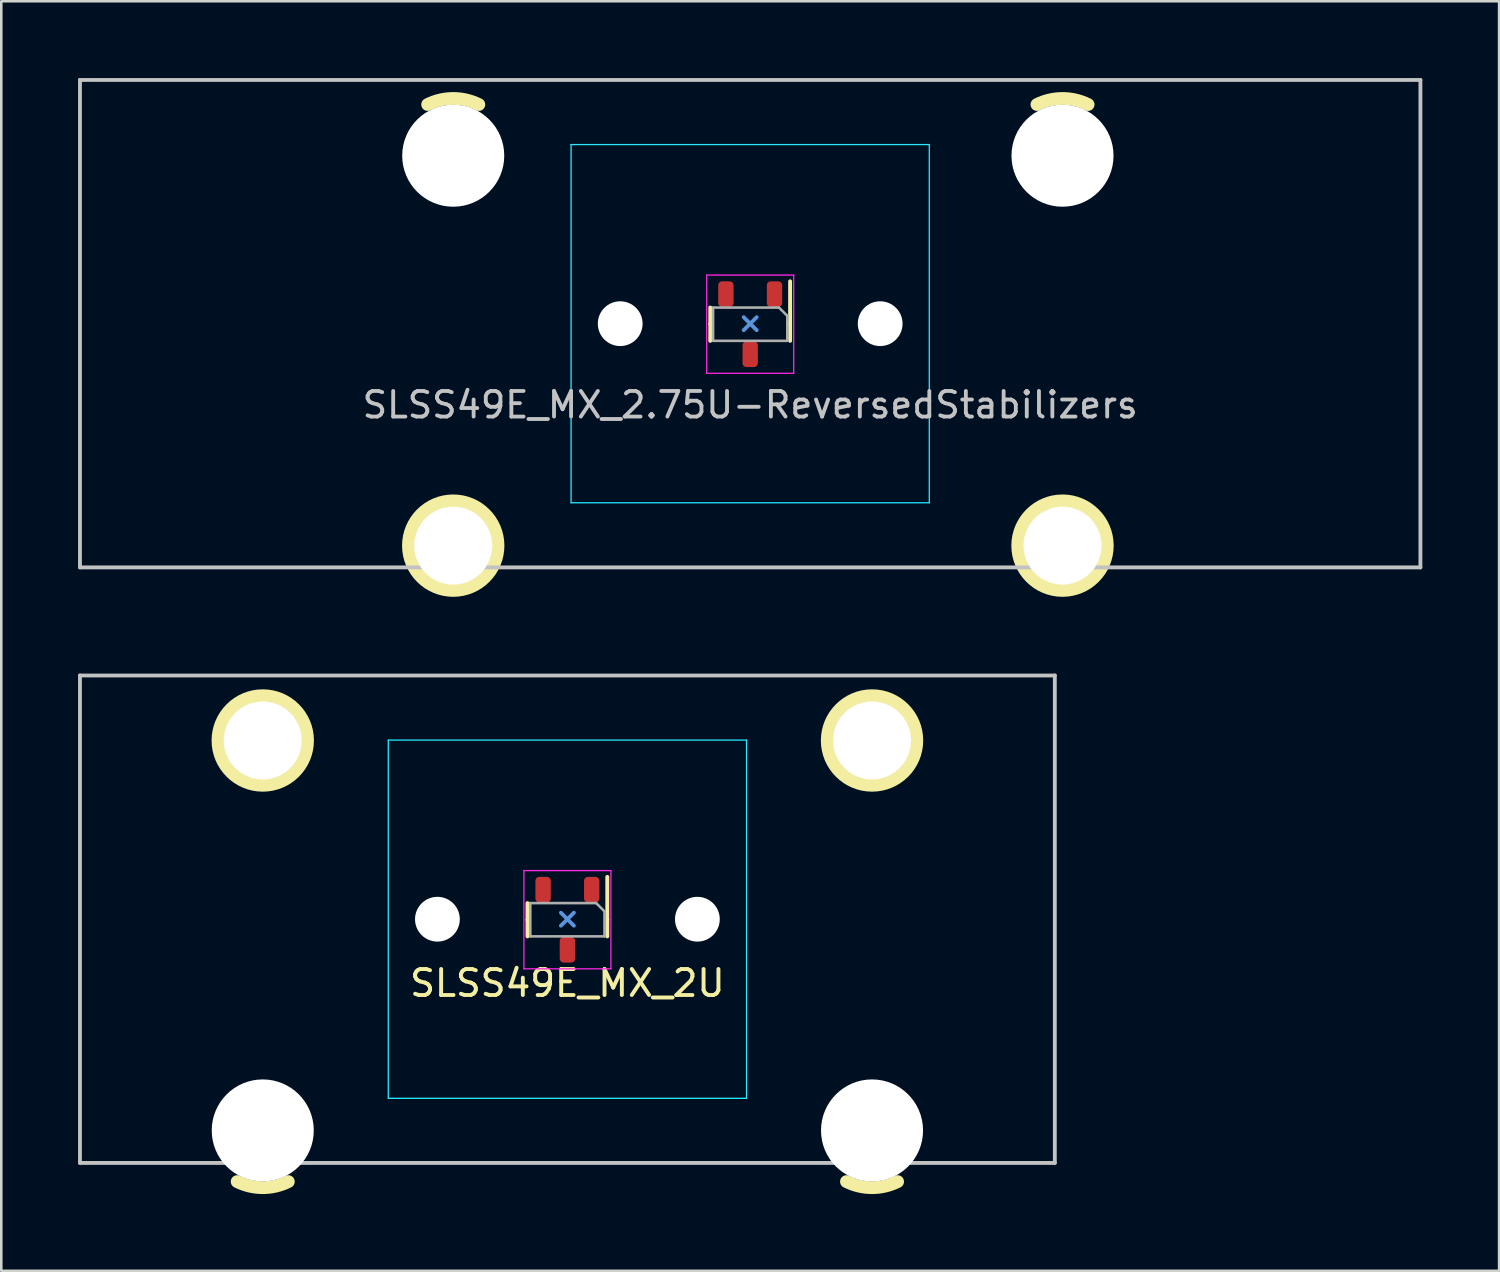
<source format=kicad_pcb>
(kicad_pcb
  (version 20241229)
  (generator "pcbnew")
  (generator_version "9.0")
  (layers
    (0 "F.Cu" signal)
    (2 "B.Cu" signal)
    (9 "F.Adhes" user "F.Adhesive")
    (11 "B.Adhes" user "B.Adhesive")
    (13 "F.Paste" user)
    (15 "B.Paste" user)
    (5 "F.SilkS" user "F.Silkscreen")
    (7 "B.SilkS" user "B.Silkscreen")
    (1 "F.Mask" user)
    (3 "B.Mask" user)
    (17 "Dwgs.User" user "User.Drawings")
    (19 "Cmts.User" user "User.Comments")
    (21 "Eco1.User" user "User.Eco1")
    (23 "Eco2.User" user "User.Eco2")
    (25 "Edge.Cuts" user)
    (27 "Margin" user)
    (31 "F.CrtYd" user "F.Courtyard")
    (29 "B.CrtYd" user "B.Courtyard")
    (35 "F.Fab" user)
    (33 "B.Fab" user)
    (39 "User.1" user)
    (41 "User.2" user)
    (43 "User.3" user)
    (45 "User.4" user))
  (footprint "SLSS49E_MX_2U"
    (layer "F.Cu")
    (at 19.125 32.875)
    (property "Reference" "SLSS49E_MX_2U" (at 0 2.5 0) (unlocked yes) (layer "F.SilkS") (effects (font (size 1.016 1.016) (thickness 0.153))))
    (attr smd)
    (fp_line (start -1.56 0.02) (end -1.56 -0.63) (stroke (width 0.153) (type solid)) (layer "F.SilkS"))
    (fp_line (start -1.56 0.02) (end -1.56 0.67) (stroke (width 0.153) (type solid)) (layer "F.SilkS"))
    (fp_line (start 1.56 0.02) (end 1.56 -1.655) (stroke (width 0.153) (type solid)) (layer "F.SilkS"))
    (fp_line (start 1.56 0.02) (end 1.56 0.67) (stroke (width 0.153) (type solid)) (layer "F.SilkS"))
    (fp_arc (start -10.907301 10.255525) (mid -11.906837 10.491068) (end -12.90625 10.255) (stroke (width 0.5) (type solid)) (layer "F.SilkS"))
    (fp_arc (start 12.905199 10.255525) (mid 11.905663 10.491068) (end 10.90625 10.255) (stroke (width 0.5) (type solid)) (layer "F.SilkS"))
    (fp_circle (center -11.906 -6.985) (end -13.656 -6.985) (stroke (width 0.5) (type solid)) (fill no) (layer "F.SilkS"))
    (fp_circle (center 11.906 -6.985) (end 10.156 -6.985) (stroke (width 0.5) (type solid)) (fill no) (layer "F.SilkS"))
    (fp_line (start -19.05 -9.525) (end 19.05 -9.525) (stroke (width 0.15) (type solid)) (layer "Dwgs.User"))
    (fp_line (start -19.05 9.525) (end -19.05 -9.525) (stroke (width 0.15) (type solid)) (layer "Dwgs.User"))
    (fp_line (start -19.05 9.525) (end 19.05 9.525) (stroke (width 0.15) (type solid)) (layer "Dwgs.User"))
    (fp_line (start 19.05 -9.525) (end 19.05 9.525) (stroke (width 0.15) (type solid)) (layer "Dwgs.User"))
    (fp_line (start -0.254 -0.254) (end 0.254 0.254) (stroke (width 0.15) (type default)) (layer "Cmts.User"))
    (fp_line (start -0.254 0.254) (end 0.254 -0.254) (stroke (width 0.15) (type default)) (layer "Cmts.User"))
    (fp_line (start -7 6.5) (end -7 -6.5) (stroke (width 0.15) (type solid)) (layer "Eco2.User"))
    (fp_line (start -6.5 -7) (end 6.5 -7) (stroke (width 0.15) (type solid)) (layer "Eco2.User"))
    (fp_line (start 6.5 7) (end -6.5 7) (stroke (width 0.15) (type solid)) (layer "Eco2.User"))
    (fp_line (start 7 -6.5) (end 7 6.5) (stroke (width 0.15) (type solid)) (layer "Eco2.User"))
    (fp_arc (start -7 -6.5) (mid -6.853553 -6.853553) (end -6.5 -7) (stroke (width 0.15) (type solid)) (layer "Eco2.User"))
    (fp_arc (start -6.5 7) (mid -6.853553 6.853553) (end -7 6.5) (stroke (width 0.15) (type solid)) (layer "Eco2.User"))
    (fp_arc (start 6.5 -7) (mid 6.853553 -6.853553) (end 7 -6.5) (stroke (width 0.15) (type solid)) (layer "Eco2.User"))
    (fp_arc (start 6.997236 6.498884) (mid 6.850791 6.852425) (end 6.497236 6.998884) (stroke (width 0.15) (type solid)) (layer "Eco2.User"))
    (fp_line (start -7 -7) (end 7 -7) (stroke (width 0.05) (type solid)) (layer "B.CrtYd"))
    (fp_line (start -7 7) (end -7 -7) (stroke (width 0.05) (type solid)) (layer "B.CrtYd"))
    (fp_line (start 7 -7) (end 7 7) (stroke (width 0.05) (type solid)) (layer "B.CrtYd"))
    (fp_line (start 7 7) (end -7 7) (stroke (width 0.05) (type solid)) (layer "B.CrtYd"))
    (fp_line (start -1.7 -1.9) (end -1.7 1.94) (stroke (width 0.05) (type solid)) (layer "F.CrtYd"))
    (fp_line (start -1.7 1.94) (end 1.7 1.94) (stroke (width 0.05) (type solid)) (layer "F.CrtYd"))
    (fp_line (start 1.7 -1.9) (end -1.7 -1.9) (stroke (width 0.05) (type solid)) (layer "F.CrtYd"))
    (fp_line (start 1.7 1.94) (end 1.7 -1.9) (stroke (width 0.05) (type solid)) (layer "F.CrtYd"))
    (fp_line (start -1.45 -0.63) (end 1.125 -0.63) (stroke (width 0.1) (type solid)) (layer "F.Fab"))
    (fp_line (start -1.45 0.67) (end -1.45 -0.63) (stroke (width 0.1) (type solid)) (layer "F.Fab"))
    (fp_line (start 1.125 -0.63) (end 1.45 -0.305) (stroke (width 0.1) (type solid)) (layer "F.Fab"))
    (fp_line (start 1.45 -0.305) (end 1.45 0.67) (stroke (width 0.1) (type solid)) (layer "F.Fab"))
    (fp_line (start 1.45 0.67) (end -1.45 0.67) (stroke (width 0.1) (type solid)) (layer "F.Fab"))
    (pad "" np_thru_hole circle (at -11.906 -6.985) (size 3.048 3.048) (drill 3.048) (layers "*.Cu" "*.Mask"))
    (pad "" np_thru_hole circle (at -11.906 8.255) (size 3.988 3.988) (drill 3.988) (layers "*.Cu" "*.Mask"))
    (pad "" np_thru_hole circle (at -5.08 0) (size 1.75 1.75) (drill 1.75) (layers "*.Cu" "*.Mask"))
    (pad "" np_thru_hole circle (at 5.08 0) (size 1.75 1.75) (drill 1.75) (layers "*.Cu" "*.Mask"))
    (pad "" np_thru_hole circle (at 11.906 -6.985) (size 3.048 3.048) (drill 3.048) (layers "*.Cu" "*.Mask"))
    (pad "" np_thru_hole circle (at 11.906 8.255) (size 3.988 3.988) (drill 3.988) (layers "*.Cu" "*.Mask"))
    (pad "1" smd roundrect (at 0.95 -1.155 270) (size 1 0.6) (layers "F.Cu" "F.Mask" "F.Paste") (roundrect_rratio 0.25))
    (pad "2" smd roundrect (at 0 1.195 270) (size 1 0.6) (layers "F.Cu" "F.Mask" "F.Paste") (roundrect_rratio 0.25))
    (pad "3" smd roundrect (at -0.95 -1.155 270) (size 1 0.6) (layers "F.Cu" "F.Mask" "F.Paste") (roundrect_rratio 0.25))
    (zone (net_name "") (layers "F.Cu" "B.Cu") (hatch edge 0.5) (connect_pads) (min_thickness 0.25) (filled_areas_thickness no) (keepout (tracks allowed) (vias allowed) (pads allowed) (copperpour not_allowed) (footprints allowed)) (placement (enabled no)) (fill) (polygon (pts (xy 20.875 32.875) (xy 20.855 32.614) (xy 20.797 32.359) (xy 20.702 32.116) (xy 20.571 31.889) (xy 20.408 31.685) (xy 20.216 31.507) (xy 20 31.359) (xy 19.764 31.246) (xy 19.514 31.169) (xy 19.256 31.13) (xy 18.994 31.13) (xy 18.736 31.169) (xy 18.486 31.246) (xy 18.25 31.359) (xy 18.034 31.507) (xy 17.842 31.685) (xy 17.679 31.889) (xy 17.548 32.116) (xy 17.453 32.359) (xy 17.395 32.614) (xy 17.375 32.875) (xy 17.395 33.136) (xy 17.453 33.391) (xy 17.548 33.634) (xy 17.679 33.861) (xy 17.842 34.065) (xy 18.034 34.243) (xy 18.25 34.391) (xy 18.486 34.504) (xy 18.736 34.581) (xy 18.994 34.62) (xy 19.256 34.62) (xy 19.514 34.581) (xy 19.764 34.504) (xy 20 34.391) (xy 20.216 34.243) (xy 20.408 34.065) (xy 20.571 33.861) (xy 20.702 33.634) (xy 20.797 33.391) (xy 20.855 33.136)))))
  (footprint "SLSS49E_MX_2.75U-ReversedStabilizers"
    (layer "F.Cu")
    (at 26.269 9.6)
    (property "Reference" "SLSS49E_MX_2.75U-ReversedStabilizers" (at 0 3.175 0) (layer "Dwgs.User") (effects (font (size 1 1) (thickness 0.15))))
    (attr through_hole)
    (fp_line (start -1.56 0.02) (end -1.56 -0.63) (stroke (width 0.153) (type solid)) (layer "F.SilkS"))
    (fp_line (start -1.56 0.02) (end -1.56 0.67) (stroke (width 0.153) (type solid)) (layer "F.SilkS"))
    (fp_line (start 1.56 0.02) (end 1.56 -1.655) (stroke (width 0.153) (type solid)) (layer "F.SilkS"))
    (fp_line (start 1.56 0.02) (end 1.56 0.67) (stroke (width 0.153) (type solid)) (layer "F.SilkS"))
    (fp_arc (start -12.605199 -8.565525) (mid -11.605663 -8.801068) (end -10.60625 -8.565) (stroke (width 0.5) (type solid)) (layer "F.SilkS"))
    (fp_arc (start 11.207301 -8.565525) (mid 12.206837 -8.801068) (end 13.20625 -8.565) (stroke (width 0.5) (type solid)) (layer "F.SilkS"))
    (fp_circle (center -11.606 8.675) (end -9.856 8.675) (stroke (width 0.5) (type solid)) (fill no) (layer "F.SilkS"))
    (fp_circle (center 12.206 8.675) (end 13.956 8.675) (stroke (width 0.5) (type solid)) (fill no) (layer "F.SilkS"))
    (fp_line (start -26.194 -9.525) (end 26.194 -9.525) (stroke (width 0.15) (type solid)) (layer "Dwgs.User"))
    (fp_line (start -26.194 9.525) (end -26.194 -9.525) (stroke (width 0.15) (type solid)) (layer "Dwgs.User"))
    (fp_line (start -26.194 9.525) (end 26.194 9.525) (stroke (width 0.15) (type solid)) (layer "Dwgs.User"))
    (fp_line (start 26.194 -9.525) (end 26.194 9.525) (stroke (width 0.15) (type solid)) (layer "Dwgs.User"))
    (fp_line (start -0.254 -0.254) (end 0.254 0.254) (stroke (width 0.15) (type default)) (layer "Cmts.User"))
    (fp_line (start -0.254 0.254) (end 0.254 -0.254) (stroke (width 0.15) (type default)) (layer "Cmts.User"))
    (fp_line (start -7 6.5) (end -7 -6.5) (stroke (width 0.15) (type solid)) (layer "Eco2.User"))
    (fp_line (start -6.5 -7) (end 6.5 -7) (stroke (width 0.15) (type solid)) (layer "Eco2.User"))
    (fp_line (start 6.5 7) (end -6.5 7) (stroke (width 0.15) (type solid)) (layer "Eco2.User"))
    (fp_line (start 7 -6.5) (end 7 6.5) (stroke (width 0.15) (type solid)) (layer "Eco2.User"))
    (fp_arc (start -7 -6.5) (mid -6.853553 -6.853553) (end -6.5 -7) (stroke (width 0.15) (type solid)) (layer "Eco2.User"))
    (fp_arc (start -6.5 7) (mid -6.853553 6.853553) (end -7 6.5) (stroke (width 0.15) (type solid)) (layer "Eco2.User"))
    (fp_arc (start 6.5 -7) (mid 6.853553 -6.853553) (end 7 -6.5) (stroke (width 0.15) (type solid)) (layer "Eco2.User"))
    (fp_arc (start 6.997236 6.498884) (mid 6.85082 6.852454) (end 6.497236 6.998884) (stroke (width 0.15) (type solid)) (layer "Eco2.User"))
    (fp_line (start -7 -7) (end 7 -7) (stroke (width 0.05) (type solid)) (layer "B.CrtYd"))
    (fp_line (start -7 7) (end -7 -7) (stroke (width 0.05) (type solid)) (layer "B.CrtYd"))
    (fp_line (start 7 -7) (end 7 7) (stroke (width 0.05) (type solid)) (layer "B.CrtYd"))
    (fp_line (start 7 7) (end -7 7) (stroke (width 0.05) (type solid)) (layer "B.CrtYd"))
    (fp_line (start -1.7 -1.9) (end -1.7 1.94) (stroke (width 0.05) (type solid)) (layer "F.CrtYd"))
    (fp_line (start -1.7 1.94) (end 1.7 1.94) (stroke (width 0.05) (type solid)) (layer "F.CrtYd"))
    (fp_line (start 1.7 -1.9) (end -1.7 -1.9) (stroke (width 0.05) (type solid)) (layer "F.CrtYd"))
    (fp_line (start 1.7 1.94) (end 1.7 -1.9) (stroke (width 0.05) (type solid)) (layer "F.CrtYd"))
    (fp_line (start -1.45 -0.63) (end 1.125 -0.63) (stroke (width 0.1) (type solid)) (layer "F.Fab"))
    (fp_line (start -1.45 0.67) (end -1.45 -0.63) (stroke (width 0.1) (type solid)) (layer "F.Fab"))
    (fp_line (start 1.125 -0.63) (end 1.45 -0.305) (stroke (width 0.1) (type solid)) (layer "F.Fab"))
    (fp_line (start 1.45 -0.305) (end 1.45 0.67) (stroke (width 0.1) (type solid)) (layer "F.Fab"))
    (fp_line (start 1.45 0.67) (end -1.45 0.67) (stroke (width 0.1) (type solid)) (layer "F.Fab"))
    (pad "" np_thru_hole circle (at -11.606 -6.565 180) (size 3.988 3.988) (drill 3.988) (layers "*.Cu" "*.Mask"))
    (pad "" np_thru_hole circle (at -11.606 8.675 180) (size 3.048 3.048) (drill 3.048) (layers "*.Cu" "*.Mask"))
    (pad "" np_thru_hole circle (at -5.08 0) (size 1.75 1.75) (drill 1.75) (layers "*.Cu" "*.Mask"))
    (pad "" np_thru_hole circle (at 5.08 0) (size 1.75 1.75) (drill 1.75) (layers "*.Cu" "*.Mask"))
    (pad "" np_thru_hole circle (at 12.206 -6.565 180) (size 3.988 3.988) (drill 3.988) (layers "*.Cu" "*.Mask"))
    (pad "" np_thru_hole circle (at 12.206 8.675 180) (size 3.048 3.048) (drill 3.048) (layers "*.Cu" "*.Mask"))
    (pad "1" smd roundrect (at 0.95 -1.155 270) (size 1 0.6) (layers "F.Cu" "F.Mask" "F.Paste") (roundrect_rratio 0.25))
    (pad "2" smd roundrect (at 0 1.195 270) (size 1 0.6) (layers "F.Cu" "F.Mask" "F.Paste") (roundrect_rratio 0.25))
    (pad "3" smd roundrect (at -0.95 -1.155 270) (size 1 0.6) (layers "F.Cu" "F.Mask" "F.Paste") (roundrect_rratio 0.25))
    (zone (net_name "") (layers "F.Cu" "B.Cu") (hatch edge 0.5) (connect_pads) (min_thickness 0.25) (filled_areas_thickness no) (keepout (tracks allowed) (vias allowed) (pads allowed) (copperpour not_allowed) (footprints allowed)) (placement (enabled no)) (fill) (polygon (pts (xy 28.019 9.6) (xy 27.999 9.339) (xy 27.941 9.084) (xy 27.845 8.841) (xy 27.715 8.614) (xy 27.552 8.41) (xy 27.36 8.232) (xy 27.144 8.084) (xy 26.908 7.971) (xy 26.658 7.894) (xy 26.4 7.855) (xy 26.138 7.855) (xy 25.879 7.894) (xy 25.629 7.971) (xy 25.394 8.084) (xy 25.178 8.232) (xy 24.986 8.41) (xy 24.823 8.614) (xy 24.692 8.841) (xy 24.596 9.084) (xy 24.538 9.339) (xy 24.519 9.6) (xy 24.538 9.861) (xy 24.596 10.116) (xy 24.692 10.359) (xy 24.823 10.586) (xy 24.986 10.79) (xy 25.178 10.968) (xy 25.394 11.116) (xy 25.629 11.229) (xy 25.879 11.306) (xy 26.138 11.345) (xy 26.4 11.345) (xy 26.658 11.306) (xy 26.908 11.229) (xy 27.144 11.116) (xy 27.36 10.968) (xy 27.552 10.79) (xy 27.715 10.586) (xy 27.845 10.359) (xy 27.941 10.116) (xy 27.999 9.861)))))
  (gr_rect
    (start -3 -3)
    (end 55.538 46.616)
    (stroke (width 0.1) (type default))
    (fill no)
    (layer "Edge.Cuts")))
</source>
